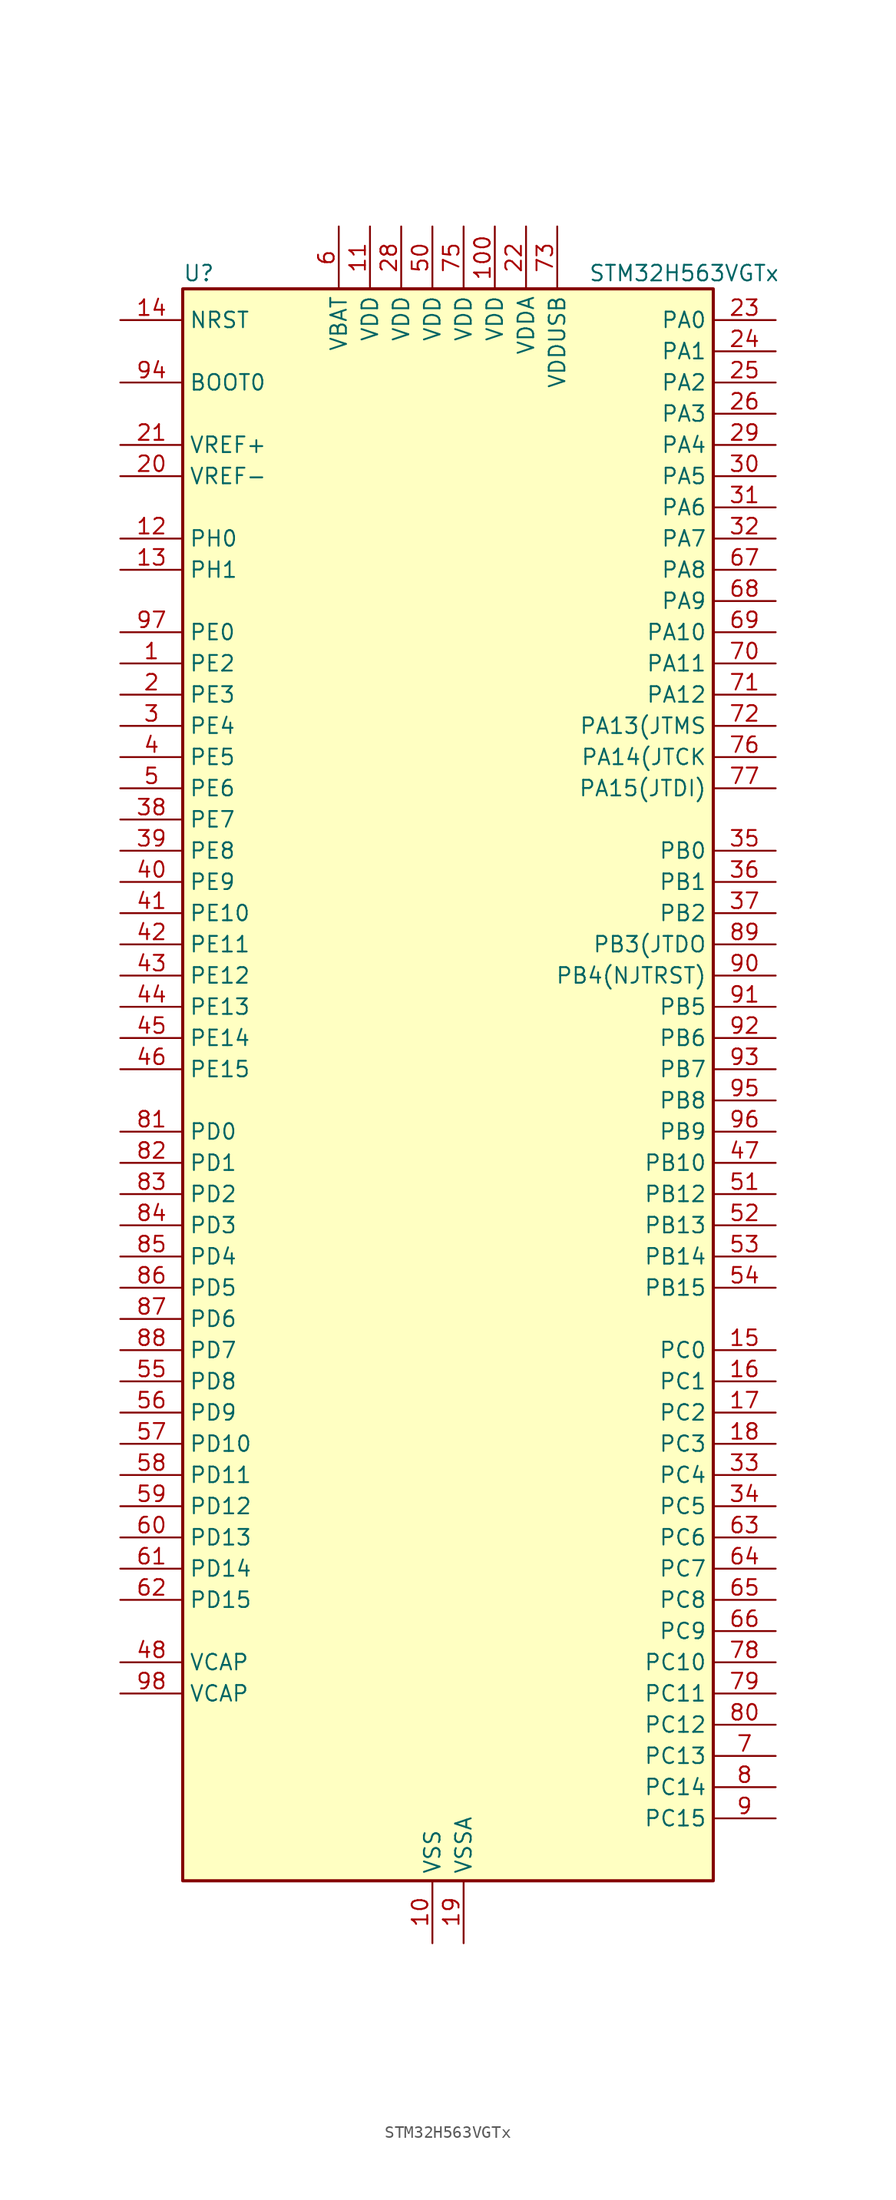
<source format=kicad_sym>
(kicad_symbol_lib
  (version 20231120)
  (generator "kicad_symbol_editor")
  (generator_version "8.0")
  (symbol "STM32H563VGTx"
    (property "Reference" "U"
      (at -20.32 67.31 0)
      (effects (font (size 1.27 1.27)) (justify left)))
    (property "Value" "STM32H563VGTx"
      (at 12.7 67.31 0)
      (effects (font (size 1.27 1.27)) (justify left)))
    (property "ki_locked" ""
      (at 0 0 0)
      (effects (font (size 1.27 1.27))))
    (symbol "STM32H563VGTx_0_1"
      (rectangle (start -20.32 -63.5) (end 22.86 66.04) (stroke (width 0.254) (type default)) (fill (type background))))
    (symbol "STM32H563VGTx_1_1"
      (pin bidirectional line (at -25.4 35.56 0) (length 5.08) (name "PE2" (effects (font (size 1.27 1.27)))) (number "1" (effects (font (size 1.27 1.27)))) (alternate "DCMI_D3" bidirectional line) (alternate "DEBUG_TRACECLK" bidirectional line) (alternate "ETH_TXD3" bidirectional line) (alternate "FMC_A23" bidirectional line) (alternate "LPTIM1_IN2" bidirectional line) (alternate "OCTOSPI1_IO2" bidirectional line) (alternate "PSSI_D3" bidirectional line) (alternate "SAI1_CK1" bidirectional line) (alternate "SAI1_MCLK_A" bidirectional line) (alternate "SPI4_SCK" bidirectional line) (alternate "UART8_TX" bidirectional line) (alternate "USART10_RX" bidirectional line))
      (pin power_in line (at 0 -68.58 90) (length 5.08) (name "VSS" (effects (font (size 1.27 1.27)))) (number "10" (effects (font (size 1.27 1.27)))))
      (pin power_in line (at 5.08 71.12 270) (length 5.08) (name "VDD" (effects (font (size 1.27 1.27)))) (number "100" (effects (font (size 1.27 1.27)))))
      (pin power_in line (at -5.08 71.12 270) (length 5.08) (name "VDD" (effects (font (size 1.27 1.27)))) (number "11" (effects (font (size 1.27 1.27)))))
      (pin bidirectional line (at -25.4 45.72 0) (length 5.08) (name "PH0" (effects (font (size 1.27 1.27)))) (number "12" (effects (font (size 1.27 1.27)))) (alternate "RCC_OSC_IN" bidirectional line))
      (pin bidirectional line (at -25.4 43.18 0) (length 5.08) (name "PH1" (effects (font (size 1.27 1.27)))) (number "13" (effects (font (size 1.27 1.27)))) (alternate "RCC_OSC_OUT" bidirectional line))
      (pin input line (at -25.4 63.5 0) (length 5.08) (name "NRST" (effects (font (size 1.27 1.27)))) (number "14" (effects (font (size 1.27 1.27)))))
      (pin bidirectional line (at 27.94 -20.32 180) (length 5.08) (name "PC0" (effects (font (size 1.27 1.27)))) (number "15" (effects (font (size 1.27 1.27)))) (alternate "ADC1_INP10" bidirectional line) (alternate "ADC2_INP10" bidirectional line) (alternate "FMC_A25" bidirectional line) (alternate "FMC_SDNWE" bidirectional line) (alternate "OCTOSPI1_IO7" bidirectional line) (alternate "SAI1_MCLK_A" bidirectional line) (alternate "SAI2_FS_B" bidirectional line) (alternate "SPI2_RDY" bidirectional line) (alternate "TIM16_BKIN" bidirectional line))
      (pin bidirectional line (at 27.94 -22.86 180) (length 5.08) (name "PC1" (effects (font (size 1.27 1.27)))) (number "16" (effects (font (size 1.27 1.27)))) (alternate "ADC1_INN10" bidirectional line) (alternate "ADC1_INP11" bidirectional line) (alternate "ADC2_INN10" bidirectional line) (alternate "ADC2_INP11" bidirectional line) (alternate "DEBUG_TRACED0" bidirectional line) (alternate "ETH_MDC" bidirectional line) (alternate "I2S2_SDO" bidirectional line) (alternate "OCTOSPI1_IO4" bidirectional line) (alternate "PWR_WKUP6" bidirectional line) (alternate "SAI1_D1" bidirectional line) (alternate "SAI1_SD_A" bidirectional line) (alternate "SAI2_SD_A" bidirectional line) (alternate "SPI2_MOSI" bidirectional line) (alternate "TAMP_IN3" bidirectional line) (alternate "TAMP_OUT5" bidirectional line) (alternate "USART11_RTS" bidirectional line))
      (pin bidirectional line (at 27.94 -25.4 180) (length 5.08) (name "PC2" (effects (font (size 1.27 1.27)))) (number "17" (effects (font (size 1.27 1.27)))) (alternate "ADC1_INN11" bidirectional line) (alternate "ADC1_INP12" bidirectional line) (alternate "ADC2_INN11" bidirectional line) (alternate "ADC2_INP12" bidirectional line) (alternate "ETH_TXD2" bidirectional line) (alternate "FMC_SDNE0" bidirectional line) (alternate "I2S2_SDI" bidirectional line) (alternate "OCTOSPI1_IO2" bidirectional line) (alternate "OCTOSPI1_IO5" bidirectional line) (alternate "PWR_CSLEEP" bidirectional line) (alternate "SPI2_MISO" bidirectional line) (alternate "TIM17_CH1" bidirectional line) (alternate "TIM4_CH4" bidirectional line))
      (pin bidirectional line (at 27.94 -27.94 180) (length 5.08) (name "PC3" (effects (font (size 1.27 1.27)))) (number "18" (effects (font (size 1.27 1.27)))) (alternate "ADC1_INN12" bidirectional line) (alternate "ADC1_INP13" bidirectional line) (alternate "ADC2_INN12" bidirectional line) (alternate "ADC2_INP13" bidirectional line) (alternate "ETH_TX_CLK" bidirectional line) (alternate "FMC_SDCKE0" bidirectional line) (alternate "I2S2_SDO" bidirectional line) (alternate "LPTIM3_CH1" bidirectional line) (alternate "OCTOSPI1_IO0" bidirectional line) (alternate "OCTOSPI1_IO6" bidirectional line) (alternate "PWR_CSTOP" bidirectional line) (alternate "SAI1_D3" bidirectional line) (alternate "SPI2_MOSI" bidirectional line))
      (pin power_in line (at 2.54 -68.58 90) (length 5.08) (name "VSSA" (effects (font (size 1.27 1.27)))) (number "19" (effects (font (size 1.27 1.27)))))
      (pin bidirectional line (at -25.4 33.02 0) (length 5.08) (name "PE3" (effects (font (size 1.27 1.27)))) (number "2" (effects (font (size 1.27 1.27)))) (alternate "DEBUG_TRACED0" bidirectional line) (alternate "FMC_A19" bidirectional line) (alternate "SAI1_SD_B" bidirectional line) (alternate "TAMP_IN6" bidirectional line) (alternate "TAMP_OUT3" bidirectional line) (alternate "TIM15_BKIN" bidirectional line) (alternate "USART10_TX" bidirectional line))
      (pin input line (at -25.4 50.8 0) (length 5.08) (name "VREF-" (effects (font (size 1.27 1.27)))) (number "20" (effects (font (size 1.27 1.27)))))
      (pin input line (at -25.4 53.34 0) (length 5.08) (name "VREF+" (effects (font (size 1.27 1.27)))) (number "21" (effects (font (size 1.27 1.27)))))
      (pin power_in line (at 7.62 71.12 270) (length 5.08) (name "VDDA" (effects (font (size 1.27 1.27)))) (number "22" (effects (font (size 1.27 1.27)))))
      (pin bidirectional line (at 27.94 63.5 180) (length 5.08) (name "PA0" (effects (font (size 1.27 1.27)))) (number "23" (effects (font (size 1.27 1.27)))) (alternate "ADC1_INN1" bidirectional line) (alternate "ADC1_INP0" bidirectional line) (alternate "ADC2_INN1" bidirectional line) (alternate "ADC2_INP0" bidirectional line) (alternate "ETH_CRS" bidirectional line) (alternate "PWR_WKUP1" bidirectional line) (alternate "SAI2_SD_B" bidirectional line) (alternate "SPI3_RDY" bidirectional line) (alternate "SPI6_NSS" bidirectional line) (alternate "TAMP_IN2" bidirectional line) (alternate "TAMP_OUT1" bidirectional line) (alternate "TIM15_BKIN" bidirectional line) (alternate "TIM2_CH1" bidirectional line) (alternate "TIM2_ETR" bidirectional line) (alternate "TIM5_CH1" bidirectional line) (alternate "TIM8_ETR" bidirectional line) (alternate "UART4_TX" bidirectional line) (alternate "USART2_CTS" bidirectional line) (alternate "USART2_NSS" bidirectional line))
      (pin bidirectional line (at 27.94 60.96 180) (length 5.08) (name "PA1" (effects (font (size 1.27 1.27)))) (number "24" (effects (font (size 1.27 1.27)))) (alternate "ADC1_INP1" bidirectional line) (alternate "ADC2_INP1" bidirectional line) (alternate "ETH_REF_CLK" bidirectional line) (alternate "ETH_RX_CLK" bidirectional line) (alternate "LPTIM1_IN1" bidirectional line) (alternate "OCTOSPI1_DQS" bidirectional line) (alternate "OCTOSPI1_IO3" bidirectional line) (alternate "SAI2_MCLK_B" bidirectional line) (alternate "TAMP_IN5" bidirectional line) (alternate "TAMP_OUT4" bidirectional line) (alternate "TIM15_CH1N" bidirectional line) (alternate "TIM2_CH2" bidirectional line) (alternate "TIM5_CH2" bidirectional line) (alternate "UART4_RX" bidirectional line) (alternate "USART2_RTS" bidirectional line))
      (pin bidirectional line (at 27.94 58.42 180) (length 5.08) (name "PA2" (effects (font (size 1.27 1.27)))) (number "25" (effects (font (size 1.27 1.27)))) (alternate "ADC1_INP14" bidirectional line) (alternate "ADC2_INP14" bidirectional line) (alternate "ETH_MDIO" bidirectional line) (alternate "LPTIM1_IN2" bidirectional line) (alternate "PWR_WKUP2" bidirectional line) (alternate "SAI2_SCK_B" bidirectional line) (alternate "TAMP_IN4" bidirectional line) (alternate "TAMP_OUT3" bidirectional line) (alternate "TIM15_CH1" bidirectional line) (alternate "TIM2_CH3" bidirectional line) (alternate "TIM5_CH3" bidirectional line) (alternate "USART2_TX" bidirectional line))
      (pin bidirectional line (at 27.94 55.88 180) (length 5.08) (name "PA3" (effects (font (size 1.27 1.27)))) (number "26" (effects (font (size 1.27 1.27)))) (alternate "ADC1_INP15" bidirectional line) (alternate "ADC2_INP15" bidirectional line) (alternate "ETH_COL" bidirectional line) (alternate "I2S2_WS" bidirectional line) (alternate "OCTOSPI1_CLK" bidirectional line) (alternate "SAI1_SD_B" bidirectional line) (alternate "SPI2_NSS" bidirectional line) (alternate "TIM15_CH2" bidirectional line) (alternate "TIM2_CH4" bidirectional line) (alternate "TIM5_CH4" bidirectional line) (alternate "USART2_RX" bidirectional line))
      (pin passive line (at 0 -68.58 90) (length 5.08) hide (name "VSS" (effects (font (size 1.27 1.27)))) (number "27" (effects (font (size 1.27 1.27)))))
      (pin power_in line (at -2.54 71.12 270) (length 5.08) (name "VDD" (effects (font (size 1.27 1.27)))) (number "28" (effects (font (size 1.27 1.27)))))
      (pin bidirectional line (at 27.94 53.34 180) (length 5.08) (name "PA4" (effects (font (size 1.27 1.27)))) (number "29" (effects (font (size 1.27 1.27)))) (alternate "ADC1_INP18" bidirectional line) (alternate "ADC2_INP18" bidirectional line) (alternate "DAC1_OUT1" bidirectional line) (alternate "DCMI_HSYNC" bidirectional line) (alternate "I2S1_WS" bidirectional line) (alternate "I2S3_WS" bidirectional line) (alternate "LPTIM2_CH1" bidirectional line) (alternate "PSSI_DE" bidirectional line) (alternate "SPI1_NSS" bidirectional line) (alternate "SPI3_NSS" bidirectional line) (alternate "SPI6_NSS" bidirectional line) (alternate "TIM5_ETR" bidirectional line) (alternate "USART2_CK" bidirectional line))
      (pin bidirectional line (at -25.4 30.48 0) (length 5.08) (name "PE4" (effects (font (size 1.27 1.27)))) (number "3" (effects (font (size 1.27 1.27)))) (alternate "DCMI_D4" bidirectional line) (alternate "DEBUG_TRACED1" bidirectional line) (alternate "FMC_A20" bidirectional line) (alternate "PSSI_D4" bidirectional line) (alternate "SAI1_D2" bidirectional line) (alternate "SAI1_FS_A" bidirectional line) (alternate "SPI4_NSS" bidirectional line) (alternate "TAMP_IN7" bidirectional line) (alternate "TAMP_OUT8" bidirectional line) (alternate "TIM15_CH1N" bidirectional line))
      (pin bidirectional line (at 27.94 50.8 180) (length 5.08) (name "PA5" (effects (font (size 1.27 1.27)))) (number "30" (effects (font (size 1.27 1.27)))) (alternate "ADC1_INN18" bidirectional line) (alternate "ADC1_INP19" bidirectional line) (alternate "ADC2_INN18" bidirectional line) (alternate "ADC2_INP19" bidirectional line) (alternate "DAC1_OUT2" bidirectional line) (alternate "ETH_TX_EN" bidirectional line) (alternate "I2S1_CK" bidirectional line) (alternate "PSSI_D14" bidirectional line) (alternate "SPI1_SCK" bidirectional line) (alternate "SPI6_SCK" bidirectional line) (alternate "TIM2_CH1" bidirectional line) (alternate "TIM2_ETR" bidirectional line) (alternate "TIM8_CH1N" bidirectional line))
      (pin bidirectional line (at 27.94 48.26 180) (length 5.08) (name "PA6" (effects (font (size 1.27 1.27)))) (number "31" (effects (font (size 1.27 1.27)))) (alternate "ADC1_INP3" bidirectional line) (alternate "ADC2_INP3" bidirectional line) (alternate "DCMI_PIXCLK" bidirectional line) (alternate "I2S1_SDI" bidirectional line) (alternate "OCTOSPI1_IO3" bidirectional line) (alternate "PSSI_PDCK" bidirectional line) (alternate "SPI1_MISO" bidirectional line) (alternate "SPI6_MISO" bidirectional line) (alternate "TIM13_CH1" bidirectional line) (alternate "TIM1_BKIN" bidirectional line) (alternate "TIM3_CH1" bidirectional line) (alternate "TIM8_BKIN" bidirectional line) (alternate "USART11_TX" bidirectional line))
      (pin bidirectional line (at 27.94 45.72 180) (length 5.08) (name "PA7" (effects (font (size 1.27 1.27)))) (number "32" (effects (font (size 1.27 1.27)))) (alternate "ADC1_INN3" bidirectional line) (alternate "ADC1_INP7" bidirectional line) (alternate "ADC2_INN3" bidirectional line) (alternate "ADC2_INP7" bidirectional line) (alternate "ETH_CRS_DV" bidirectional line) (alternate "ETH_RX_DV" bidirectional line) (alternate "FMC_NWE" bidirectional line) (alternate "FMC_SDNWE" bidirectional line) (alternate "I2S1_SDO" bidirectional line) (alternate "OCTOSPI1_IO2" bidirectional line) (alternate "SPI1_MOSI" bidirectional line) (alternate "SPI6_MOSI" bidirectional line) (alternate "TIM14_CH1" bidirectional line) (alternate "TIM1_CH1N" bidirectional line) (alternate "TIM3_CH2" bidirectional line) (alternate "TIM8_CH1N" bidirectional line) (alternate "USART11_RX" bidirectional line))
      (pin bidirectional line (at 27.94 -30.48 180) (length 5.08) (name "PC4" (effects (font (size 1.27 1.27)))) (number "33" (effects (font (size 1.27 1.27)))) (alternate "ADC1_INP4" bidirectional line) (alternate "ADC2_INP4" bidirectional line) (alternate "ETH_RXD0" bidirectional line) (alternate "FMC_SDNE0" bidirectional line) (alternate "I2S1_MCK" bidirectional line) (alternate "LPTIM2_ETR" bidirectional line) (alternate "SAI1_CK1" bidirectional line) (alternate "TIM2_CH4" bidirectional line) (alternate "USART3_RX" bidirectional line))
      (pin bidirectional line (at 27.94 -33.02 180) (length 5.08) (name "PC5" (effects (font (size 1.27 1.27)))) (number "34" (effects (font (size 1.27 1.27)))) (alternate "ADC1_INN4" bidirectional line) (alternate "ADC1_INP8" bidirectional line) (alternate "ADC2_INN4" bidirectional line) (alternate "ADC2_INP8" bidirectional line) (alternate "ETH_RXD1" bidirectional line) (alternate "FMC_SDCKE0" bidirectional line) (alternate "OCTOSPI1_DQS" bidirectional line) (alternate "PSSI_D15" bidirectional line) (alternate "SAI1_D3" bidirectional line) (alternate "SAI1_FS_A" bidirectional line) (alternate "TIM1_CH4N" bidirectional line) (alternate "UART12_RTS" bidirectional line))
      (pin bidirectional line (at 27.94 20.32 180) (length 5.08) (name "PB0" (effects (font (size 1.27 1.27)))) (number "35" (effects (font (size 1.27 1.27)))) (alternate "ADC1_INN5" bidirectional line) (alternate "ADC1_INP9" bidirectional line) (alternate "ADC2_INN5" bidirectional line) (alternate "ADC2_INP9" bidirectional line) (alternate "ETH_RXD2" bidirectional line) (alternate "LPTIM3_CH1" bidirectional line) (alternate "OCTOSPI1_IO1" bidirectional line) (alternate "TIM1_CH2N" bidirectional line) (alternate "TIM3_CH3" bidirectional line) (alternate "TIM8_CH2N" bidirectional line) (alternate "UART4_CTS" bidirectional line) (alternate "USART11_CK" bidirectional line))
      (pin bidirectional line (at 27.94 17.78 180) (length 5.08) (name "PB1" (effects (font (size 1.27 1.27)))) (number "36" (effects (font (size 1.27 1.27)))) (alternate "ADC1_INP5" bidirectional line) (alternate "ADC2_INP5" bidirectional line) (alternate "ETH_RXD3" bidirectional line) (alternate "LPTIM3_CH2" bidirectional line) (alternate "OCTOSPI1_IO0" bidirectional line) (alternate "TIM1_CH3N" bidirectional line) (alternate "TIM3_CH4" bidirectional line) (alternate "TIM8_CH3N" bidirectional line))
      (pin bidirectional line (at 27.94 15.24 180) (length 5.08) (name "PB2" (effects (font (size 1.27 1.27)))) (number "37" (effects (font (size 1.27 1.27)))) (alternate "I2S3_SDO" bidirectional line) (alternate "LPTIM1_CH1" bidirectional line) (alternate "LPTIM5_ETR" bidirectional line) (alternate "OCTOSPI1_CLK" bidirectional line) (alternate "OCTOSPI1_DQS" bidirectional line) (alternate "RCC_LSCO" bidirectional line) (alternate "RTC_OUT2" bidirectional line) (alternate "SAI1_D1" bidirectional line) (alternate "SAI1_SD_A" bidirectional line) (alternate "SDMMC1_CMD" bidirectional line) (alternate "SPI1_RDY" bidirectional line) (alternate "SPI3_MOSI" bidirectional line) (alternate "TIM8_CH4N" bidirectional line))
      (pin bidirectional line (at -25.4 22.86 0) (length 5.08) (name "PE7" (effects (font (size 1.27 1.27)))) (number "38" (effects (font (size 1.27 1.27)))) (alternate "FMC_D4" bidirectional line) (alternate "FMC_DA4" bidirectional line) (alternate "OCTOSPI1_IO4" bidirectional line) (alternate "TIM1_ETR" bidirectional line) (alternate "UART12_RTS" bidirectional line) (alternate "UART7_RX" bidirectional line))
      (pin bidirectional line (at -25.4 20.32 0) (length 5.08) (name "PE8" (effects (font (size 1.27 1.27)))) (number "39" (effects (font (size 1.27 1.27)))) (alternate "FMC_D5" bidirectional line) (alternate "FMC_DA5" bidirectional line) (alternate "OCTOSPI1_IO5" bidirectional line) (alternate "TIM1_CH1N" bidirectional line) (alternate "UART12_CTS" bidirectional line) (alternate "UART7_TX" bidirectional line))
      (pin bidirectional line (at -25.4 27.94 0) (length 5.08) (name "PE5" (effects (font (size 1.27 1.27)))) (number "4" (effects (font (size 1.27 1.27)))) (alternate "DCMI_D6" bidirectional line) (alternate "DEBUG_TRACED2" bidirectional line) (alternate "FMC_A21" bidirectional line) (alternate "PSSI_D6" bidirectional line) (alternate "SAI1_CK2" bidirectional line) (alternate "SAI1_SCK_A" bidirectional line) (alternate "SPI4_MISO" bidirectional line) (alternate "TAMP_IN8" bidirectional line) (alternate "TAMP_OUT7" bidirectional line) (alternate "TIM15_CH1" bidirectional line))
      (pin bidirectional line (at -25.4 17.78 0) (length 5.08) (name "PE9" (effects (font (size 1.27 1.27)))) (number "40" (effects (font (size 1.27 1.27)))) (alternate "DAC1_EXTI9" bidirectional line) (alternate "FMC_D6" bidirectional line) (alternate "FMC_DA6" bidirectional line) (alternate "OCTOSPI1_IO6" bidirectional line) (alternate "TIM1_CH1" bidirectional line) (alternate "UART12_RX" bidirectional line) (alternate "UART7_RTS" bidirectional line))
      (pin bidirectional line (at -25.4 15.24 0) (length 5.08) (name "PE10" (effects (font (size 1.27 1.27)))) (number "41" (effects (font (size 1.27 1.27)))) (alternate "FMC_D7" bidirectional line) (alternate "FMC_DA7" bidirectional line) (alternate "OCTOSPI1_IO7" bidirectional line) (alternate "TIM1_CH2N" bidirectional line) (alternate "UART12_TX" bidirectional line) (alternate "UART7_CTS" bidirectional line))
      (pin bidirectional line (at -25.4 12.7 0) (length 5.08) (name "PE11" (effects (font (size 1.27 1.27)))) (number "42" (effects (font (size 1.27 1.27)))) (alternate "ADC1_EXTI11" bidirectional line) (alternate "ADC2_EXTI11" bidirectional line) (alternate "FMC_D8" bidirectional line) (alternate "FMC_DA8" bidirectional line) (alternate "OCTOSPI1_NCS" bidirectional line) (alternate "SAI2_SD_B" bidirectional line) (alternate "SPI1_RDY" bidirectional line) (alternate "SPI4_NSS" bidirectional line) (alternate "TIM1_CH2" bidirectional line))
      (pin bidirectional line (at -25.4 10.16 0) (length 5.08) (name "PE12" (effects (font (size 1.27 1.27)))) (number "43" (effects (font (size 1.27 1.27)))) (alternate "FMC_D9" bidirectional line) (alternate "FMC_DA9" bidirectional line) (alternate "SAI2_SCK_B" bidirectional line) (alternate "SPI4_SCK" bidirectional line) (alternate "TIM1_CH3N" bidirectional line))
      (pin bidirectional line (at -25.4 7.62 0) (length 5.08) (name "PE13" (effects (font (size 1.27 1.27)))) (number "44" (effects (font (size 1.27 1.27)))) (alternate "FMC_D10" bidirectional line) (alternate "FMC_DA10" bidirectional line) (alternate "SAI2_FS_B" bidirectional line) (alternate "SPI4_MISO" bidirectional line) (alternate "TIM1_CH3" bidirectional line))
      (pin bidirectional line (at -25.4 5.08 0) (length 5.08) (name "PE14" (effects (font (size 1.27 1.27)))) (number "45" (effects (font (size 1.27 1.27)))) (alternate "FMC_D11" bidirectional line) (alternate "FMC_DA11" bidirectional line) (alternate "SAI2_MCLK_B" bidirectional line) (alternate "SPI4_MOSI" bidirectional line) (alternate "TIM1_CH4" bidirectional line))
      (pin bidirectional line (at -25.4 2.54 0) (length 5.08) (name "PE15" (effects (font (size 1.27 1.27)))) (number "46" (effects (font (size 1.27 1.27)))) (alternate "ADC1_EXTI15" bidirectional line) (alternate "ADC2_EXTI15" bidirectional line) (alternate "FMC_D12" bidirectional line) (alternate "FMC_DA12" bidirectional line) (alternate "TIM1_BKIN" bidirectional line) (alternate "TIM1_CH4N" bidirectional line) (alternate "USART10_CK" bidirectional line))
      (pin bidirectional line (at 27.94 -5.08 180) (length 5.08) (name "PB10" (effects (font (size 1.27 1.27)))) (number "47" (effects (font (size 1.27 1.27)))) (alternate "ETH_RX_ER" bidirectional line) (alternate "I2C2_SCL" bidirectional line) (alternate "I2S2_CK" bidirectional line) (alternate "LPTIM2_IN1" bidirectional line) (alternate "LPTIM3_CH1" bidirectional line) (alternate "OCTOSPI1_NCS" bidirectional line) (alternate "SPI2_SCK" bidirectional line) (alternate "TIM2_CH3" bidirectional line) (alternate "USART3_TX" bidirectional line))
      (pin power_out line (at -25.4 -45.72 0) (length 5.08) (name "VCAP" (effects (font (size 1.27 1.27)))) (number "48" (effects (font (size 1.27 1.27)))))
      (pin passive line (at 0 -68.58 90) (length 5.08) hide (name "VSS" (effects (font (size 1.27 1.27)))) (number "49" (effects (font (size 1.27 1.27)))))
      (pin bidirectional line (at -25.4 25.4 0) (length 5.08) (name "PE6" (effects (font (size 1.27 1.27)))) (number "5" (effects (font (size 1.27 1.27)))) (alternate "DCMI_D7" bidirectional line) (alternate "DEBUG_TRACED3" bidirectional line) (alternate "FMC_A22" bidirectional line) (alternate "PSSI_D7" bidirectional line) (alternate "SAI1_D1" bidirectional line) (alternate "SAI1_SD_A" bidirectional line) (alternate "SAI2_MCLK_B" bidirectional line) (alternate "SPI4_MOSI" bidirectional line) (alternate "TAMP_IN3" bidirectional line) (alternate "TAMP_OUT6" bidirectional line) (alternate "TIM15_CH2" bidirectional line) (alternate "TIM1_BKIN2" bidirectional line))
      (pin power_in line (at 0 71.12 270) (length 5.08) (name "VDD" (effects (font (size 1.27 1.27)))) (number "50" (effects (font (size 1.27 1.27)))))
      (pin bidirectional line (at 27.94 -7.62 180) (length 5.08) (name "PB12" (effects (font (size 1.27 1.27)))) (number "51" (effects (font (size 1.27 1.27)))) (alternate "ETH_TXD0" bidirectional line) (alternate "FDCAN2_RX" bidirectional line) (alternate "I2C2_SDA" bidirectional line) (alternate "I2S2_WS" bidirectional line) (alternate "OCTOSPI1_NCLK" bidirectional line) (alternate "SPI2_NSS" bidirectional line) (alternate "TIM1_BKIN" bidirectional line) (alternate "UART5_RX" bidirectional line) (alternate "UCPD1_FRSTX" bidirectional line) (alternate "USART3_CK" bidirectional line))
      (pin bidirectional line (at 27.94 -10.16 180) (length 5.08) (name "PB13" (effects (font (size 1.27 1.27)))) (number "52" (effects (font (size 1.27 1.27)))) (alternate "FDCAN2_TX" bidirectional line) (alternate "I2C2_SMBA" bidirectional line) (alternate "I2S2_CK" bidirectional line) (alternate "LPTIM2_CH1" bidirectional line) (alternate "LPTIM3_IN1" bidirectional line) (alternate "SDMMC1_D0" bidirectional line) (alternate "SPI2_SCK" bidirectional line) (alternate "TIM1_CH1N" bidirectional line) (alternate "UART5_TX" bidirectional line) (alternate "UCPD1_CC1" bidirectional line) (alternate "USART3_CTS" bidirectional line) (alternate "USART3_NSS" bidirectional line))
      (pin bidirectional line (at 27.94 -12.7 180) (length 5.08) (name "PB14" (effects (font (size 1.27 1.27)))) (number "53" (effects (font (size 1.27 1.27)))) (alternate "I2S2_SDI" bidirectional line) (alternate "LPTIM3_ETR" bidirectional line) (alternate "SPI2_MISO" bidirectional line) (alternate "TIM12_CH1" bidirectional line) (alternate "TIM1_CH2N" bidirectional line) (alternate "TIM8_CH2N" bidirectional line) (alternate "UART4_DE" bidirectional line) (alternate "UART4_RTS" bidirectional line) (alternate "UCPD1_CC2" bidirectional line) (alternate "USART1_TX" bidirectional line) (alternate "USART3_RTS" bidirectional line))
      (pin bidirectional line (at 27.94 -15.24 180) (length 5.08) (name "PB15" (effects (font (size 1.27 1.27)))) (number "54" (effects (font (size 1.27 1.27)))) (alternate "ADC1_EXTI15" bidirectional line) (alternate "ADC2_EXTI15" bidirectional line) (alternate "DCMI_D2" bidirectional line) (alternate "ETH_TXD1" bidirectional line) (alternate "I2S2_SDO" bidirectional line) (alternate "OCTOSPI1_CLK" bidirectional line) (alternate "PSSI_D2" bidirectional line) (alternate "PWR_PVD_IN" bidirectional line) (alternate "RTC_REFIN" bidirectional line) (alternate "SPI2_MOSI" bidirectional line) (alternate "TIM12_CH2" bidirectional line) (alternate "TIM1_CH3N" bidirectional line) (alternate "TIM8_CH3N" bidirectional line) (alternate "UART4_CTS" bidirectional line) (alternate "UART5_RX" bidirectional line) (alternate "USART11_CTS" bidirectional line) (alternate "USART11_NSS" bidirectional line) (alternate "USART1_RX" bidirectional line))
      (pin bidirectional line (at -25.4 -22.86 0) (length 5.08) (name "PD8" (effects (font (size 1.27 1.27)))) (number "55" (effects (font (size 1.27 1.27)))) (alternate "FMC_D13" bidirectional line) (alternate "FMC_DA13" bidirectional line) (alternate "USART3_TX" bidirectional line))
      (pin bidirectional line (at -25.4 -25.4 0) (length 5.08) (name "PD9" (effects (font (size 1.27 1.27)))) (number "56" (effects (font (size 1.27 1.27)))) (alternate "DAC1_EXTI9" bidirectional line) (alternate "FDCAN2_RX" bidirectional line) (alternate "FMC_D14" bidirectional line) (alternate "FMC_DA14" bidirectional line) (alternate "USART3_RX" bidirectional line))
      (pin bidirectional line (at -25.4 -27.94 0) (length 5.08) (name "PD10" (effects (font (size 1.27 1.27)))) (number "57" (effects (font (size 1.27 1.27)))) (alternate "FMC_D15" bidirectional line) (alternate "FMC_DA15" bidirectional line) (alternate "LPTIM2_CH2" bidirectional line) (alternate "USART3_CK" bidirectional line))
      (pin bidirectional line (at -25.4 -30.48 0) (length 5.08) (name "PD11" (effects (font (size 1.27 1.27)))) (number "58" (effects (font (size 1.27 1.27)))) (alternate "ADC1_EXTI11" bidirectional line) (alternate "ADC2_EXTI11" bidirectional line) (alternate "FMC_A16" bidirectional line) (alternate "FMC_CLE" bidirectional line) (alternate "I2C4_SMBA" bidirectional line) (alternate "LPTIM2_IN2" bidirectional line) (alternate "OCTOSPI1_IO0" bidirectional line) (alternate "SAI1_CK1" bidirectional line) (alternate "SAI2_SD_A" bidirectional line) (alternate "UART4_RX" bidirectional line) (alternate "USART3_CTS" bidirectional line) (alternate "USART3_NSS" bidirectional line))
      (pin bidirectional line (at -25.4 -33.02 0) (length 5.08) (name "PD12" (effects (font (size 1.27 1.27)))) (number "59" (effects (font (size 1.27 1.27)))) (alternate "DCMI_D12" bidirectional line) (alternate "FMC_A17" bidirectional line) (alternate "FMC_ALE" bidirectional line) (alternate "I2C4_SCL" bidirectional line) (alternate "I3C1_SCL" bidirectional line) (alternate "LPTIM1_IN1" bidirectional line) (alternate "LPTIM2_IN1" bidirectional line) (alternate "OCTOSPI1_IO1" bidirectional line) (alternate "PSSI_D12" bidirectional line) (alternate "SAI1_D1" bidirectional line) (alternate "SAI2_FS_A" bidirectional line) (alternate "TIM4_CH1" bidirectional line) (alternate "UART4_TX" bidirectional line) (alternate "USART3_RTS" bidirectional line))
      (pin power_in line (at -7.62 71.12 270) (length 5.08) (name "VBAT" (effects (font (size 1.27 1.27)))) (number "6" (effects (font (size 1.27 1.27)))))
      (pin bidirectional line (at -25.4 -35.56 0) (length 5.08) (name "PD13" (effects (font (size 1.27 1.27)))) (number "60" (effects (font (size 1.27 1.27)))) (alternate "DCMI_D13" bidirectional line) (alternate "FMC_A18" bidirectional line) (alternate "I2C4_SDA" bidirectional line) (alternate "I3C1_SDA" bidirectional line) (alternate "LPTIM1_CH1" bidirectional line) (alternate "LPTIM2_CH1" bidirectional line) (alternate "LPTIM4_IN1" bidirectional line) (alternate "OCTOSPI1_IO3" bidirectional line) (alternate "PSSI_D13" bidirectional line) (alternate "SAI2_SCK_A" bidirectional line) (alternate "TIM4_CH2" bidirectional line) (alternate "UART9_RTS" bidirectional line))
      (pin bidirectional line (at -25.4 -38.1 0) (length 5.08) (name "PD14" (effects (font (size 1.27 1.27)))) (number "61" (effects (font (size 1.27 1.27)))) (alternate "FMC_D0" bidirectional line) (alternate "FMC_DA0" bidirectional line) (alternate "TIM4_CH3" bidirectional line) (alternate "UART8_CTS" bidirectional line) (alternate "UART9_RX" bidirectional line))
      (pin bidirectional line (at -25.4 -40.64 0) (length 5.08) (name "PD15" (effects (font (size 1.27 1.27)))) (number "62" (effects (font (size 1.27 1.27)))) (alternate "ADC1_EXTI15" bidirectional line) (alternate "ADC2_EXTI15" bidirectional line) (alternate "FMC_D1" bidirectional line) (alternate "FMC_DA1" bidirectional line) (alternate "TIM4_CH4" bidirectional line) (alternate "UART8_RTS" bidirectional line) (alternate "UART9_TX" bidirectional line))
      (pin bidirectional line (at 27.94 -35.56 180) (length 5.08) (name "PC6" (effects (font (size 1.27 1.27)))) (number "63" (effects (font (size 1.27 1.27)))) (alternate "DCMI_D0" bidirectional line) (alternate "FMC_NWAIT" bidirectional line) (alternate "I2S2_MCK" bidirectional line) (alternate "OCTOSPI1_IO5" bidirectional line) (alternate "PSSI_D0" bidirectional line) (alternate "SAI1_SCK_A" bidirectional line) (alternate "SDMMC1_D0DIR" bidirectional line) (alternate "SDMMC1_D6" bidirectional line) (alternate "TIM3_CH1" bidirectional line) (alternate "TIM8_CH1" bidirectional line) (alternate "USART6_TX" bidirectional line))
      (pin bidirectional line (at 27.94 -38.1 180) (length 5.08) (name "PC7" (effects (font (size 1.27 1.27)))) (number "64" (effects (font (size 1.27 1.27)))) (alternate "DCMI_D1" bidirectional line) (alternate "DEBUG_TRGIO" bidirectional line) (alternate "FMC_NE1" bidirectional line) (alternate "I2S3_MCK" bidirectional line) (alternate "OCTOSPI1_IO6" bidirectional line) (alternate "PSSI_D1" bidirectional line) (alternate "SDMMC1_D123DIR" bidirectional line) (alternate "SDMMC1_D7" bidirectional line) (alternate "TIM3_CH2" bidirectional line) (alternate "TIM8_CH2" bidirectional line) (alternate "USART6_RX" bidirectional line))
      (pin bidirectional line (at 27.94 -40.64 180) (length 5.08) (name "PC8" (effects (font (size 1.27 1.27)))) (number "65" (effects (font (size 1.27 1.27)))) (alternate "DCMI_D2" bidirectional line) (alternate "DEBUG_TRACED1" bidirectional line) (alternate "FMC_ALE" bidirectional line) (alternate "FMC_INT" bidirectional line) (alternate "FMC_NCE" bidirectional line) (alternate "FMC_NE2" bidirectional line) (alternate "PSSI_D2" bidirectional line) (alternate "SDMMC1_D0" bidirectional line) (alternate "TIM3_CH3" bidirectional line) (alternate "TIM8_CH3" bidirectional line) (alternate "UART5_DE" bidirectional line) (alternate "UART5_RTS" bidirectional line) (alternate "USART6_CK" bidirectional line))
      (pin bidirectional line (at 27.94 -43.18 180) (length 5.08) (name "PC9" (effects (font (size 1.27 1.27)))) (number "66" (effects (font (size 1.27 1.27)))) (alternate "AUDIOCLK" bidirectional line) (alternate "DAC1_EXTI9" bidirectional line) (alternate "DCMI_D3" bidirectional line) (alternate "FMC_CLE" bidirectional line) (alternate "I2C3_SDA" bidirectional line) (alternate "OCTOSPI1_IO0" bidirectional line) (alternate "PSSI_D3" bidirectional line) (alternate "RCC_MCO_2" bidirectional line) (alternate "SDMMC1_D1" bidirectional line) (alternate "TIM3_CH4" bidirectional line) (alternate "TIM8_CH4" bidirectional line) (alternate "UART5_CTS" bidirectional line) (alternate "UCPD1_DB2" bidirectional line))
      (pin bidirectional line (at 27.94 43.18 180) (length 5.08) (name "PA8" (effects (font (size 1.27 1.27)))) (number "67" (effects (font (size 1.27 1.27)))) (alternate "DCMI_D3" bidirectional line) (alternate "FMC_NOE" bidirectional line) (alternate "I2C3_SCL" bidirectional line) (alternate "PSSI_D3" bidirectional line) (alternate "RCC_MCO_1" bidirectional line) (alternate "SPI1_RDY" bidirectional line) (alternate "TIM1_CH1" bidirectional line) (alternate "TIM8_BKIN2" bidirectional line) (alternate "UART7_RX" bidirectional line) (alternate "USART1_CK" bidirectional line) (alternate "USB_SOF" bidirectional line))
      (pin bidirectional line (at 27.94 40.64 180) (length 5.08) (name "PA9" (effects (font (size 1.27 1.27)))) (number "68" (effects (font (size 1.27 1.27)))) (alternate "DAC1_EXTI9" bidirectional line) (alternate "DCMI_D0" bidirectional line) (alternate "ETH_TX_ER" bidirectional line) (alternate "FMC_NWE" bidirectional line) (alternate "I2C3_SMBA" bidirectional line) (alternate "I2S2_CK" bidirectional line) (alternate "LPUART1_TX" bidirectional line) (alternate "PSSI_D0" bidirectional line) (alternate "SPI2_SCK" bidirectional line) (alternate "TIM1_CH2" bidirectional line) (alternate "UCPD1_DB1" bidirectional line) (alternate "USART1_TX" bidirectional line))
      (pin bidirectional line (at 27.94 38.1 180) (length 5.08) (name "PA10" (effects (font (size 1.27 1.27)))) (number "69" (effects (font (size 1.27 1.27)))) (alternate "DCMI_D1" bidirectional line) (alternate "FDCAN2_TX" bidirectional line) (alternate "LPTIM2_IN2" bidirectional line) (alternate "LPUART1_RX" bidirectional line) (alternate "PSSI_D1" bidirectional line) (alternate "SDMMC1_D0" bidirectional line) (alternate "TIM1_CH3" bidirectional line) (alternate "UCPD1_FRSTX" bidirectional line) (alternate "USART1_RX" bidirectional line))
      (pin bidirectional line (at 27.94 -53.34 180) (length 5.08) (name "PC13" (effects (font (size 1.27 1.27)))) (number "7" (effects (font (size 1.27 1.27)))) (alternate "PWR_WKUP4" bidirectional line) (alternate "RTC_OUT1" bidirectional line) (alternate "RTC_TS" bidirectional line) (alternate "TAMP_IN1" bidirectional line) (alternate "TAMP_OUT2" bidirectional line) (alternate "TAMP_OUT3" bidirectional line))
      (pin bidirectional line (at 27.94 35.56 180) (length 5.08) (name "PA11" (effects (font (size 1.27 1.27)))) (number "70" (effects (font (size 1.27 1.27)))) (alternate "ADC1_EXTI11" bidirectional line) (alternate "ADC2_EXTI11" bidirectional line) (alternate "FDCAN1_RX" bidirectional line) (alternate "I2S2_WS" bidirectional line) (alternate "LPUART1_CTS" bidirectional line) (alternate "SPI2_NSS" bidirectional line) (alternate "TIM1_CH4" bidirectional line) (alternate "UART4_RX" bidirectional line) (alternate "USART1_CTS" bidirectional line) (alternate "USART1_NSS" bidirectional line) (alternate "USB_DM" bidirectional line))
      (pin bidirectional line (at 27.94 33.02 180) (length 5.08) (name "PA12" (effects (font (size 1.27 1.27)))) (number "71" (effects (font (size 1.27 1.27)))) (alternate "FDCAN1_TX" bidirectional line) (alternate "I2S2_CK" bidirectional line) (alternate "LPUART1_RTS" bidirectional line) (alternate "SAI2_FS_B" bidirectional line) (alternate "SPI2_SCK" bidirectional line) (alternate "TIM1_ETR" bidirectional line) (alternate "UART4_TX" bidirectional line) (alternate "USART1_RTS" bidirectional line) (alternate "USB_DP" bidirectional line))
      (pin bidirectional line (at 27.94 30.48 180) (length 5.08) (name "PA13(JTMS" (effects (font (size 1.27 1.27)))) (number "72" (effects (font (size 1.27 1.27)))) (alternate "DEBUG_JTMS-SWDIO" bidirectional line))
      (pin power_in line (at 10.16 71.12 270) (length 5.08) (name "VDDUSB" (effects (font (size 1.27 1.27)))) (number "73" (effects (font (size 1.27 1.27)))))
      (pin passive line (at 0 -68.58 90) (length 5.08) hide (name "VSS" (effects (font (size 1.27 1.27)))) (number "74" (effects (font (size 1.27 1.27)))))
      (pin power_in line (at 2.54 71.12 270) (length 5.08) (name "VDD" (effects (font (size 1.27 1.27)))) (number "75" (effects (font (size 1.27 1.27)))))
      (pin bidirectional line (at 27.94 27.94 180) (length 5.08) (name "PA14(JTCK" (effects (font (size 1.27 1.27)))) (number "76" (effects (font (size 1.27 1.27)))) (alternate "DEBUG_JTCK-SWCLK" bidirectional line))
      (pin bidirectional line (at 27.94 25.4 180) (length 5.08) (name "PA15(JTDI)" (effects (font (size 1.27 1.27)))) (number "77" (effects (font (size 1.27 1.27)))) (alternate "ADC1_EXTI15" bidirectional line) (alternate "ADC2_EXTI15" bidirectional line) (alternate "CEC" bidirectional line) (alternate "DCMI_D11" bidirectional line) (alternate "DEBUG_JTDI" bidirectional line) (alternate "FMC_NBL1" bidirectional line) (alternate "I2S1_WS" bidirectional line) (alternate "I2S3_WS" bidirectional line) (alternate "LPTIM3_IN2" bidirectional line) (alternate "PSSI_D11" bidirectional line) (alternate "SPI1_NSS" bidirectional line) (alternate "SPI3_NSS" bidirectional line) (alternate "SPI6_NSS" bidirectional line) (alternate "TIM2_CH1" bidirectional line) (alternate "TIM2_ETR" bidirectional line) (alternate "UART4_DE" bidirectional line) (alternate "UART4_RTS" bidirectional line) (alternate "UART7_TX" bidirectional line))
      (pin bidirectional line (at 27.94 -45.72 180) (length 5.08) (name "PC10" (effects (font (size 1.27 1.27)))) (number "78" (effects (font (size 1.27 1.27)))) (alternate "DCMI_D8" bidirectional line) (alternate "ETH_TXD0" bidirectional line) (alternate "I2S3_CK" bidirectional line) (alternate "LPTIM3_ETR" bidirectional line) (alternate "OCTOSPI1_IO1" bidirectional line) (alternate "PSSI_D8" bidirectional line) (alternate "SDMMC1_D2" bidirectional line) (alternate "SPI3_SCK" bidirectional line) (alternate "UART4_TX" bidirectional line) (alternate "USART3_TX" bidirectional line))
      (pin bidirectional line (at 27.94 -48.26 180) (length 5.08) (name "PC11" (effects (font (size 1.27 1.27)))) (number "79" (effects (font (size 1.27 1.27)))) (alternate "ADC1_EXTI11" bidirectional line) (alternate "ADC2_EXTI11" bidirectional line) (alternate "DCMI_D4" bidirectional line) (alternate "I2S3_SDI" bidirectional line) (alternate "LPTIM3_IN1" bidirectional line) (alternate "OCTOSPI1_NCS" bidirectional line) (alternate "PSSI_D4" bidirectional line) (alternate "SDMMC1_D3" bidirectional line) (alternate "SPI3_MISO" bidirectional line) (alternate "UART4_RX" bidirectional line) (alternate "USART3_RX" bidirectional line))
      (pin bidirectional line (at 27.94 -55.88 180) (length 5.08) (name "PC14" (effects (font (size 1.27 1.27)))) (number "8" (effects (font (size 1.27 1.27)))) (alternate "RCC_OSC32_IN" bidirectional line))
      (pin bidirectional line (at 27.94 -50.8 180) (length 5.08) (name "PC12" (effects (font (size 1.27 1.27)))) (number "80" (effects (font (size 1.27 1.27)))) (alternate "DCMI_D9" bidirectional line) (alternate "DEBUG_TRACED3" bidirectional line) (alternate "I2S3_SDO" bidirectional line) (alternate "PSSI_D9" bidirectional line) (alternate "SDMMC1_CK" bidirectional line) (alternate "SPI3_MOSI" bidirectional line) (alternate "SPI6_SCK" bidirectional line) (alternate "TIM15_CH1" bidirectional line) (alternate "UART5_TX" bidirectional line) (alternate "USART3_CK" bidirectional line))
      (pin bidirectional line (at -25.4 -2.54 0) (length 5.08) (name "PD0" (effects (font (size 1.27 1.27)))) (number "81" (effects (font (size 1.27 1.27)))) (alternate "FDCAN1_RX" bidirectional line) (alternate "FMC_D2" bidirectional line) (alternate "FMC_DA2" bidirectional line) (alternate "TIM8_CH4N" bidirectional line) (alternate "UART4_RX" bidirectional line) (alternate "UART9_CTS" bidirectional line))
      (pin bidirectional line (at -25.4 -5.08 0) (length 5.08) (name "PD1" (effects (font (size 1.27 1.27)))) (number "82" (effects (font (size 1.27 1.27)))) (alternate "FDCAN1_TX" bidirectional line) (alternate "FMC_D3" bidirectional line) (alternate "FMC_DA3" bidirectional line) (alternate "UART4_TX" bidirectional line))
      (pin bidirectional line (at -25.4 -7.62 0) (length 5.08) (name "PD2" (effects (font (size 1.27 1.27)))) (number "83" (effects (font (size 1.27 1.27)))) (alternate "DCMI_D11" bidirectional line) (alternate "DEBUG_TRACED2" bidirectional line) (alternate "LPTIM4_ETR" bidirectional line) (alternate "PSSI_D11" bidirectional line) (alternate "PWR_WKUP7" bidirectional line) (alternate "SDMMC1_CMD" bidirectional line) (alternate "TIM15_BKIN" bidirectional line) (alternate "TIM3_ETR" bidirectional line) (alternate "UART5_RX" bidirectional line))
      (pin bidirectional line (at -25.4 -10.16 0) (length 5.08) (name "PD3" (effects (font (size 1.27 1.27)))) (number "84" (effects (font (size 1.27 1.27)))) (alternate "DCMI_D5" bidirectional line) (alternate "FMC_CLK" bidirectional line) (alternate "I2S2_CK" bidirectional line) (alternate "PSSI_D5" bidirectional line) (alternate "PWR_WKUP8" bidirectional line) (alternate "SPI2_SCK" bidirectional line) (alternate "USART2_CTS" bidirectional line) (alternate "USART2_NSS" bidirectional line))
      (pin bidirectional line (at -25.4 -12.7 0) (length 5.08) (name "PD4" (effects (font (size 1.27 1.27)))) (number "85" (effects (font (size 1.27 1.27)))) (alternate "FMC_NOE" bidirectional line) (alternate "OCTOSPI1_IO4" bidirectional line) (alternate "USART2_RTS" bidirectional line))
      (pin bidirectional line (at -25.4 -15.24 0) (length 5.08) (name "PD5" (effects (font (size 1.27 1.27)))) (number "86" (effects (font (size 1.27 1.27)))) (alternate "FDCAN1_TX" bidirectional line) (alternate "FMC_NWE" bidirectional line) (alternate "OCTOSPI1_IO5" bidirectional line) (alternate "SPI2_RDY" bidirectional line) (alternate "TIM1_CH4N" bidirectional line) (alternate "USART2_TX" bidirectional line))
      (pin bidirectional line (at -25.4 -17.78 0) (length 5.08) (name "PD6" (effects (font (size 1.27 1.27)))) (number "87" (effects (font (size 1.27 1.27)))) (alternate "DCMI_D10" bidirectional line) (alternate "FMC_NWAIT" bidirectional line) (alternate "I2S3_SDO" bidirectional line) (alternate "OCTOSPI1_IO6" bidirectional line) (alternate "PSSI_D10" bidirectional line) (alternate "SAI1_D1" bidirectional line) (alternate "SAI1_SD_A" bidirectional line) (alternate "SPI3_MOSI" bidirectional line) (alternate "USART2_RX" bidirectional line))
      (pin bidirectional line (at -25.4 -20.32 0) (length 5.08) (name "PD7" (effects (font (size 1.27 1.27)))) (number "88" (effects (font (size 1.27 1.27)))) (alternate "FMC_NCE" bidirectional line) (alternate "FMC_NE1" bidirectional line) (alternate "I2S1_SDO" bidirectional line) (alternate "LPTIM4_OUT" bidirectional line) (alternate "OCTOSPI1_IO7" bidirectional line) (alternate "SPI1_MOSI" bidirectional line) (alternate "USART2_CK" bidirectional line))
      (pin bidirectional line (at 27.94 12.7 180) (length 5.08) (name "PB3(JTDO" (effects (font (size 1.27 1.27)))) (number "89" (effects (font (size 1.27 1.27)))) (alternate "CRS_SYNC" bidirectional line) (alternate "DEBUG_JTDO-SWO" bidirectional line) (alternate "I2C2_SDA" bidirectional line) (alternate "I2S1_CK" bidirectional line) (alternate "I2S3_CK" bidirectional line) (alternate "LPTIM6_ETR" bidirectional line) (alternate "SPI1_SCK" bidirectional line) (alternate "SPI3_SCK" bidirectional line) (alternate "SPI6_SCK" bidirectional line) (alternate "TIM2_CH2" bidirectional line) (alternate "UART12_CTS" bidirectional line) (alternate "UART7_RX" bidirectional line))
      (pin bidirectional line (at 27.94 -58.42 180) (length 5.08) (name "PC15" (effects (font (size 1.27 1.27)))) (number "9" (effects (font (size 1.27 1.27)))) (alternate "ADC1_EXTI15" bidirectional line) (alternate "ADC2_EXTI15" bidirectional line) (alternate "RCC_OSC32_OUT" bidirectional line))
      (pin bidirectional line (at 27.94 10.16 180) (length 5.08) (name "PB4(NJTRST)" (effects (font (size 1.27 1.27)))) (number "90" (effects (font (size 1.27 1.27)))) (alternate "DCMI_D7" bidirectional line) (alternate "DEBUG_JTRST" bidirectional line) (alternate "I2S1_SDI" bidirectional line) (alternate "I2S2_WS" bidirectional line) (alternate "I2S3_SDI" bidirectional line) (alternate "LPTIM1_CH2" bidirectional line) (alternate "OCTOSPI1_CLK" bidirectional line) (alternate "PSSI_D7" bidirectional line) (alternate "SPI1_MISO" bidirectional line) (alternate "SPI2_NSS" bidirectional line) (alternate "SPI3_MISO" bidirectional line) (alternate "SPI6_MISO" bidirectional line) (alternate "TIM16_BKIN" bidirectional line) (alternate "TIM3_CH1" bidirectional line) (alternate "UART7_TX" bidirectional line))
      (pin bidirectional line (at 27.94 7.62 180) (length 5.08) (name "PB5" (effects (font (size 1.27 1.27)))) (number "91" (effects (font (size 1.27 1.27)))) (alternate "DCMI_D10" bidirectional line) (alternate "ETH_PPS_OUT" bidirectional line) (alternate "FDCAN2_RX" bidirectional line) (alternate "FMC_SDCKE1" bidirectional line) (alternate "I2C1_SMBA" bidirectional line) (alternate "I2C4_SMBA" bidirectional line) (alternate "I2S1_SDO" bidirectional line) (alternate "I2S3_SDO" bidirectional line) (alternate "OCTOSPI1_NCLK" bidirectional line) (alternate "PSSI_D10" bidirectional line) (alternate "SPI1_MOSI" bidirectional line) (alternate "SPI3_MOSI" bidirectional line) (alternate "SPI6_MOSI" bidirectional line) (alternate "TIM17_BKIN" bidirectional line) (alternate "TIM3_CH2" bidirectional line) (alternate "UART5_RX" bidirectional line))
      (pin bidirectional line (at 27.94 5.08 180) (length 5.08) (name "PB6" (effects (font (size 1.27 1.27)))) (number "92" (effects (font (size 1.27 1.27)))) (alternate "CEC" bidirectional line) (alternate "DCMI_D5" bidirectional line) (alternate "FDCAN2_TX" bidirectional line) (alternate "FMC_SDNE1" bidirectional line) (alternate "I2C1_SCL" bidirectional line) (alternate "I2C4_SCL" bidirectional line) (alternate "I3C1_SCL" bidirectional line) (alternate "LPUART1_TX" bidirectional line) (alternate "OCTOSPI1_NCS" bidirectional line) (alternate "PSSI_D5" bidirectional line) (alternate "TIM16_CH1N" bidirectional line) (alternate "TIM4_CH1" bidirectional line) (alternate "UART5_TX" bidirectional line) (alternate "USART1_TX" bidirectional line))
      (pin bidirectional line (at 27.94 2.54 180) (length 5.08) (name "PB7" (effects (font (size 1.27 1.27)))) (number "93" (effects (font (size 1.27 1.27)))) (alternate "DCMI_VSYNC" bidirectional line) (alternate "FDCAN1_TX" bidirectional line) (alternate "FMC_NL" bidirectional line) (alternate "I2C1_SDA" bidirectional line) (alternate "I2C4_SDA" bidirectional line) (alternate "I3C1_SDA" bidirectional line) (alternate "LPUART1_RX" bidirectional line) (alternate "PSSI_RDY" bidirectional line) (alternate "PWR_WKUP5" bidirectional line) (alternate "TIM17_CH1N" bidirectional line) (alternate "TIM4_CH2" bidirectional line) (alternate "USART1_RX" bidirectional line))
      (pin input line (at -25.4 58.42 0) (length 5.08) (name "BOOT0" (effects (font (size 1.27 1.27)))) (number "94" (effects (font (size 1.27 1.27)))))
      (pin bidirectional line (at 27.94 0 180) (length 5.08) (name "PB8" (effects (font (size 1.27 1.27)))) (number "95" (effects (font (size 1.27 1.27)))) (alternate "DCMI_D6" bidirectional line) (alternate "ETH_TXD3" bidirectional line) (alternate "FDCAN1_RX" bidirectional line) (alternate "I2C1_SCL" bidirectional line) (alternate "I2C4_SCL" bidirectional line) (alternate "I3C1_SCL" bidirectional line) (alternate "PSSI_D6" bidirectional line) (alternate "SDMMC1_CKIN" bidirectional line) (alternate "SDMMC1_D4" bidirectional line) (alternate "SPI4_RDY" bidirectional line) (alternate "TIM16_CH1" bidirectional line) (alternate "TIM4_CH3" bidirectional line) (alternate "UART4_RX" bidirectional line))
      (pin bidirectional line (at 27.94 -2.54 180) (length 5.08) (name "PB9" (effects (font (size 1.27 1.27)))) (number "96" (effects (font (size 1.27 1.27)))) (alternate "DAC1_EXTI9" bidirectional line) (alternate "DCMI_D7" bidirectional line) (alternate "FDCAN1_TX" bidirectional line) (alternate "I2C1_SDA" bidirectional line) (alternate "I2C4_SDA" bidirectional line) (alternate "I2S2_WS" bidirectional line) (alternate "I3C1_SDA" bidirectional line) (alternate "PSSI_D7" bidirectional line) (alternate "SDMMC1_CDIR" bidirectional line) (alternate "SDMMC1_D5" bidirectional line) (alternate "SPI2_NSS" bidirectional line) (alternate "TIM17_CH1" bidirectional line) (alternate "TIM4_CH4" bidirectional line) (alternate "UART4_TX" bidirectional line))
      (pin bidirectional line (at -25.4 38.1 0) (length 5.08) (name "PE0" (effects (font (size 1.27 1.27)))) (number "97" (effects (font (size 1.27 1.27)))) (alternate "DCMI_D2" bidirectional line) (alternate "FDCAN1_RX" bidirectional line) (alternate "FMC_NBL0" bidirectional line) (alternate "LPTIM1_ETR" bidirectional line) (alternate "LPTIM2_CH2" bidirectional line) (alternate "LPTIM2_ETR" bidirectional line) (alternate "PSSI_D2" bidirectional line) (alternate "SAI2_MCLK_A" bidirectional line) (alternate "SPI3_RDY" bidirectional line) (alternate "TIM4_ETR" bidirectional line) (alternate "UART8_RX" bidirectional line))
      (pin power_out line (at -25.4 -48.26 0) (length 5.08) (name "VCAP" (effects (font (size 1.27 1.27)))) (number "98" (effects (font (size 1.27 1.27)))))
      (pin passive line (at 0 -68.58 90) (length 5.08) hide (name "VSS" (effects (font (size 1.27 1.27)))) (number "99" (effects (font (size 1.27 1.27))))))))
</source>
